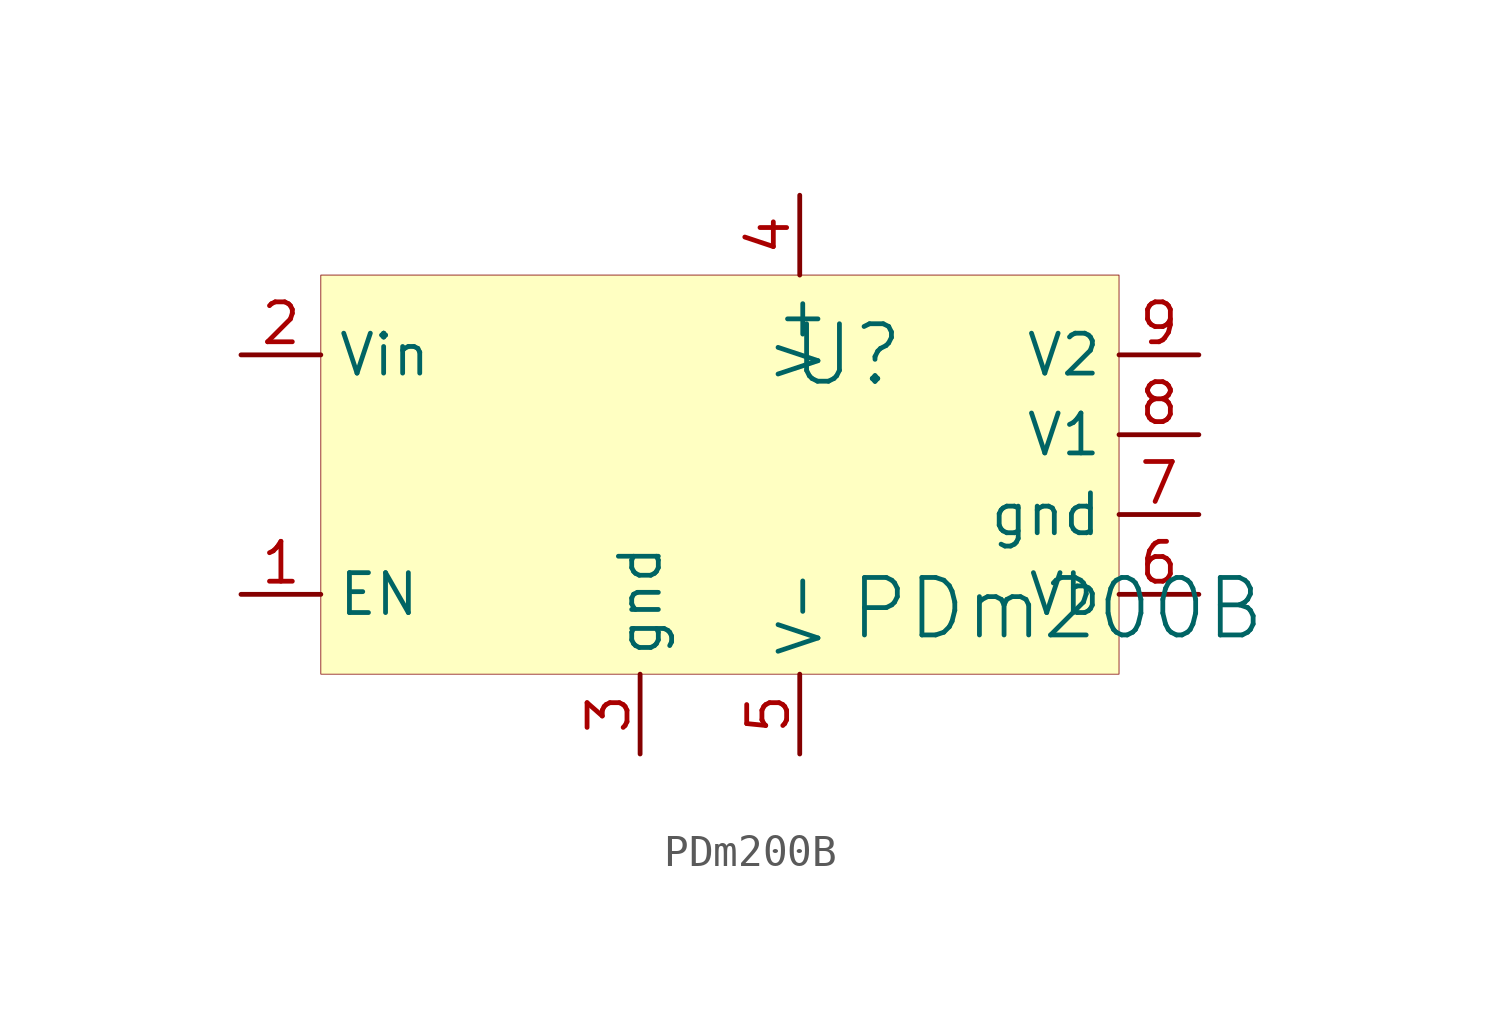
<source format=kicad_sym>
(kicad_symbol_lib
  (version 20241209)
  (generator "kicad_symbol_editor")
  (generator_version "9.0")
  (symbol "PDm200B"
    (property "Reference" "U"
      (at 1.524 2.54 0)
      (effects (font (size 1.829 1.829))))
    (property "Value" "PDm200B"
      (at 1.524 -6.604 0)
      (effects (font (size 1.829 1.829)) (justify left bottom)))
    (symbol "PDm200B_1_0"
      (rectangle (start 10.16 5.08) (end -15.24 -7.62) (stroke (width 0.025) (type solid) (color 128 0 0 1)) (fill (type background)))
      (pin passive line (at -17.78 2.54 0) (length 2.54) (name "Vin" (effects (font (size 1.27 1.27)))) (number "2" (effects (font (size 1.27 1.27)))))
      (pin passive line (at -17.78 -5.08 0) (length 2.54) (name "EN" (effects (font (size 1.27 1.27)))) (number "1" (effects (font (size 1.27 1.27)))))
      (pin passive line (at -5.08 -10.16 90) (length 2.54) (name "gnd" (effects (font (size 1.27 1.27)))) (number "3" (effects (font (size 1.27 1.27)))))
      (pin passive line (at 0 7.62 270) (length 2.54) (name "V+" (effects (font (size 1.27 1.27)))) (number "4" (effects (font (size 1.27 1.27)))))
      (pin passive line (at 0 -10.16 90) (length 2.54) (name "V-" (effects (font (size 1.27 1.27)))) (number "5" (effects (font (size 1.27 1.27)))))
      (pin passive line (at 12.7 2.54 180) (length 2.54) (name "V2" (effects (font (size 1.27 1.27)))) (number "9" (effects (font (size 1.27 1.27)))))
      (pin passive line (at 12.7 0 180) (length 2.54) (name "V1" (effects (font (size 1.27 1.27)))) (number "8" (effects (font (size 1.27 1.27)))))
      (pin passive line (at 12.7 -2.54 180) (length 2.54) (name "gnd" (effects (font (size 1.27 1.27)))) (number "7" (effects (font (size 1.27 1.27)))))
      (pin passive line (at 12.7 -5.08 180) (length 2.54) (name "Vb" (effects (font (size 1.27 1.27)))) (number "6" (effects (font (size 1.27 1.27))))))))
</source>
